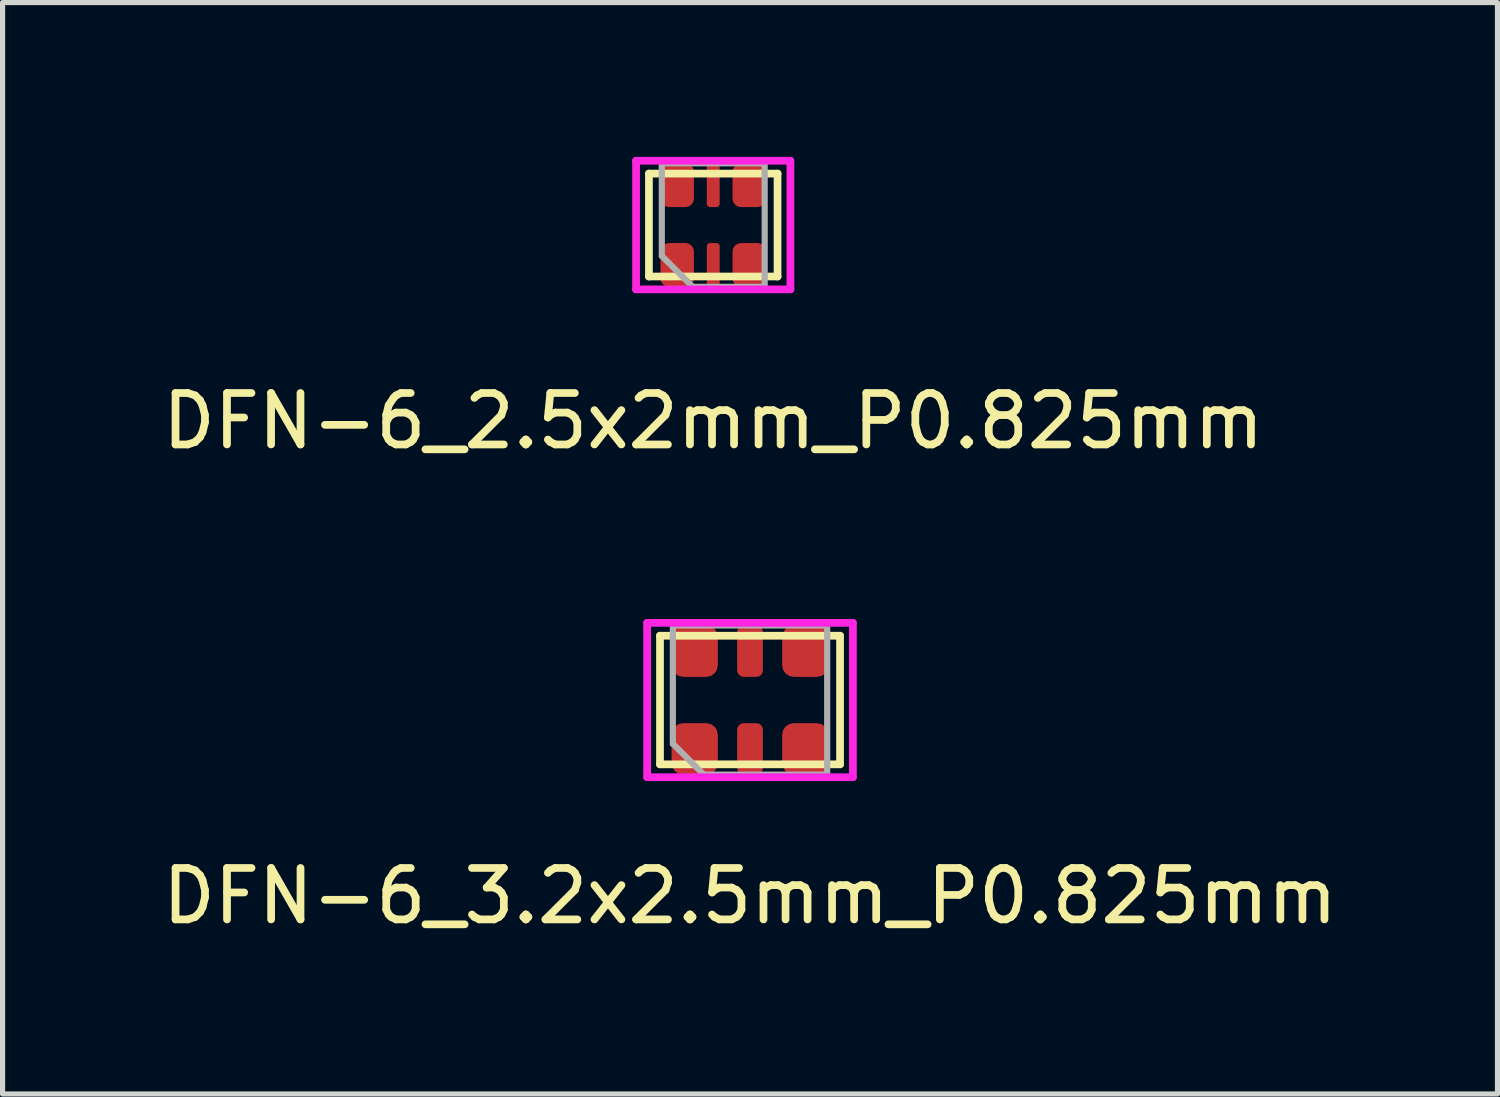
<source format=kicad_pcb>
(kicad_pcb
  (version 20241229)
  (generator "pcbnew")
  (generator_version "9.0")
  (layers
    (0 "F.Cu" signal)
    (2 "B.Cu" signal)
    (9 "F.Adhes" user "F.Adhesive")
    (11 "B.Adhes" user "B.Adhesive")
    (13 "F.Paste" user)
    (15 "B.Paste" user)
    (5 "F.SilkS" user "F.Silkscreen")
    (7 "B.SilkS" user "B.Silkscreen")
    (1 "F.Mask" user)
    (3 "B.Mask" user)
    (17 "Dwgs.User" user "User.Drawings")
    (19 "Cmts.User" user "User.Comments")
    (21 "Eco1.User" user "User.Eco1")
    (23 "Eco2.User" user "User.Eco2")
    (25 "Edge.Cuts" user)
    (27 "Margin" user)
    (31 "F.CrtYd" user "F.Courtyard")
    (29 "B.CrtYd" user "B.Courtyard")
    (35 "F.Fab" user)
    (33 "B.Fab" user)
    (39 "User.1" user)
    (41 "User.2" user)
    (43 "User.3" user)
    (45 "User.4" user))
  (footprint "DFN-6_3.2x2.5mm_P0.825mm"
    (layer "F.Cu")
    (at 11.53 10.558)
    (property "Reference" "DFN-6_3.2x2.5mm_P0.825mm" (at 0 3.81 0) (layer "F.SilkS") (effects (font (size 1 1) (thickness 0.15))))
    (attr smd)
    (fp_line (start -1.75 -1.25) (end 1.75 -1.25) (stroke (width 0.15) (type solid)) (layer "F.SilkS"))
    (fp_line (start -1.75 1.25) (end -1.75 -1.25) (stroke (width 0.15) (type solid)) (layer "F.SilkS"))
    (fp_line (start 1.75 -1.25) (end 1.75 1.25) (stroke (width 0.15) (type solid)) (layer "F.SilkS"))
    (fp_line (start 1.75 1.25) (end -1.75 1.25) (stroke (width 0.15) (type solid)) (layer "F.SilkS"))
    (fp_line (start -2 -1.5) (end 2 -1.5) (stroke (width 0.15) (type solid)) (layer "F.CrtYd"))
    (fp_line (start -2 1.5) (end -2 -1.5) (stroke (width 0.15) (type solid)) (layer "F.CrtYd"))
    (fp_line (start 2 -1.5) (end 2 1.5) (stroke (width 0.15) (type solid)) (layer "F.CrtYd"))
    (fp_line (start 2 1.5) (end -2 1.5) (stroke (width 0.15) (type solid)) (layer "F.CrtYd"))
    (fp_line (start -1.5 -1.45) (end -1.5 0.85) (stroke (width 0.12) (type solid)) (layer "F.Fab"))
    (fp_line (start -1.5 0.85) (end -0.9 1.45) (stroke (width 0.12) (type solid)) (layer "F.Fab"))
    (fp_line (start -0.9 1.45) (end 1.5 1.45) (stroke (width 0.12) (type solid)) (layer "F.Fab"))
    (fp_line (start 1.5 -1.45) (end -1.5 -1.45) (stroke (width 0.12) (type solid)) (layer "F.Fab"))
    (fp_line (start 1.5 1.45) (end 1.5 -1.45) (stroke (width 0.12) (type solid)) (layer "F.Fab"))
    (pad "1" smd roundrect (at -1.075 0.95) (size 0.9 1) (layers "F.Cu" "F.Mask" "F.Paste") (roundrect_rratio 0.25))
    (pad "2" smd roundrect (at 0 0.95) (size 0.5 1) (layers "F.Cu" "F.Mask" "F.Paste") (roundrect_rratio 0.25))
    (pad "3" smd roundrect (at 1.075 0.95) (size 0.9 1) (layers "F.Cu" "F.Mask" "F.Paste") (roundrect_rratio 0.25))
    (pad "4" smd roundrect (at 1.075 -0.95) (size 0.9 1) (layers "F.Cu" "F.Mask" "F.Paste") (roundrect_rratio 0.25))
    (pad "5" smd roundrect (at 0 -0.95) (size 0.5 1) (layers "F.Cu" "F.Mask" "F.Paste") (roundrect_rratio 0.25))
    (pad "6" smd roundrect (at -1.075 -0.95) (size 0.9 1) (layers "F.Cu" "F.Mask" "F.Paste") (roundrect_rratio 0.25)))
  (footprint "DFN-6_2.5x2mm_P0.825mm"
    (layer "F.Cu")
    (at 10.815 1.325)
    (property "Reference" "DFN-6_2.5x2mm_P0.825mm" (at 0 3.81 0) (layer "F.SilkS") (effects (font (size 1 1) (thickness 0.15))))
    (attr through_hole)
    (fp_line (start -1.25 -1) (end 1.25 -1) (stroke (width 0.15) (type solid)) (layer "F.SilkS"))
    (fp_line (start -1.25 1) (end -1.25 -1) (stroke (width 0.15) (type solid)) (layer "F.SilkS"))
    (fp_line (start 1.25 -1) (end 1.25 1) (stroke (width 0.15) (type solid)) (layer "F.SilkS"))
    (fp_line (start 1.25 1) (end -1.25 1) (stroke (width 0.15) (type solid)) (layer "F.SilkS"))
    (fp_line (start -1.5 -1.25) (end 1.5 -1.25) (stroke (width 0.15) (type solid)) (layer "F.CrtYd"))
    (fp_line (start -1.5 1.25) (end -1.5 -1.25) (stroke (width 0.15) (type solid)) (layer "F.CrtYd"))
    (fp_line (start 1.5 -1.25) (end 1.5 1.25) (stroke (width 0.15) (type solid)) (layer "F.CrtYd"))
    (fp_line (start 1.5 1.25) (end -1.5 1.25) (stroke (width 0.15) (type solid)) (layer "F.CrtYd"))
    (fp_line (start -1 -1.2) (end -1 0.6) (stroke (width 0.12) (type solid)) (layer "F.Fab"))
    (fp_line (start -1 0.6) (end -0.4 1.2) (stroke (width 0.12) (type solid)) (layer "F.Fab"))
    (fp_line (start -0.4 1.2) (end 1 1.2) (stroke (width 0.12) (type solid)) (layer "F.Fab"))
    (fp_line (start 1 -1.2) (end -1 -1.2) (stroke (width 0.12) (type solid)) (layer "F.Fab"))
    (fp_line (start 1 1.2) (end 1 -1.2) (stroke (width 0.12) (type solid)) (layer "F.Fab"))
    (pad "1" smd roundrect (at -0.7 0.775) (size 0.65 0.85) (layers "F.Cu" "F.Mask" "F.Paste") (roundrect_rratio 0.25))
    (pad "2" smd roundrect (at 0 0.775) (size 0.25 0.85) (layers "F.Cu" "F.Mask" "F.Paste") (roundrect_rratio 0.25))
    (pad "3" smd roundrect (at 0.7 0.775) (size 0.65 0.85) (layers "F.Cu" "F.Mask" "F.Paste") (roundrect_rratio 0.25))
    (pad "4" smd roundrect (at 0.7 -0.775) (size 0.65 0.85) (layers "F.Cu" "F.Mask" "F.Paste") (roundrect_rratio 0.25))
    (pad "5" smd roundrect (at 0 -0.775) (size 0.25 0.85) (layers "F.Cu" "F.Mask" "F.Paste") (roundrect_rratio 0.25))
    (pad "6" smd roundrect (at -0.7 -0.775) (size 0.65 0.85) (layers "F.Cu" "F.Mask" "F.Paste") (roundrect_rratio 0.25)))
  (gr_rect
    (start -3 -3)
    (end 26.06 18.216)
    (stroke (width 0.1) (type default))
    (fill no)
    (layer "Edge.Cuts")))
</source>
